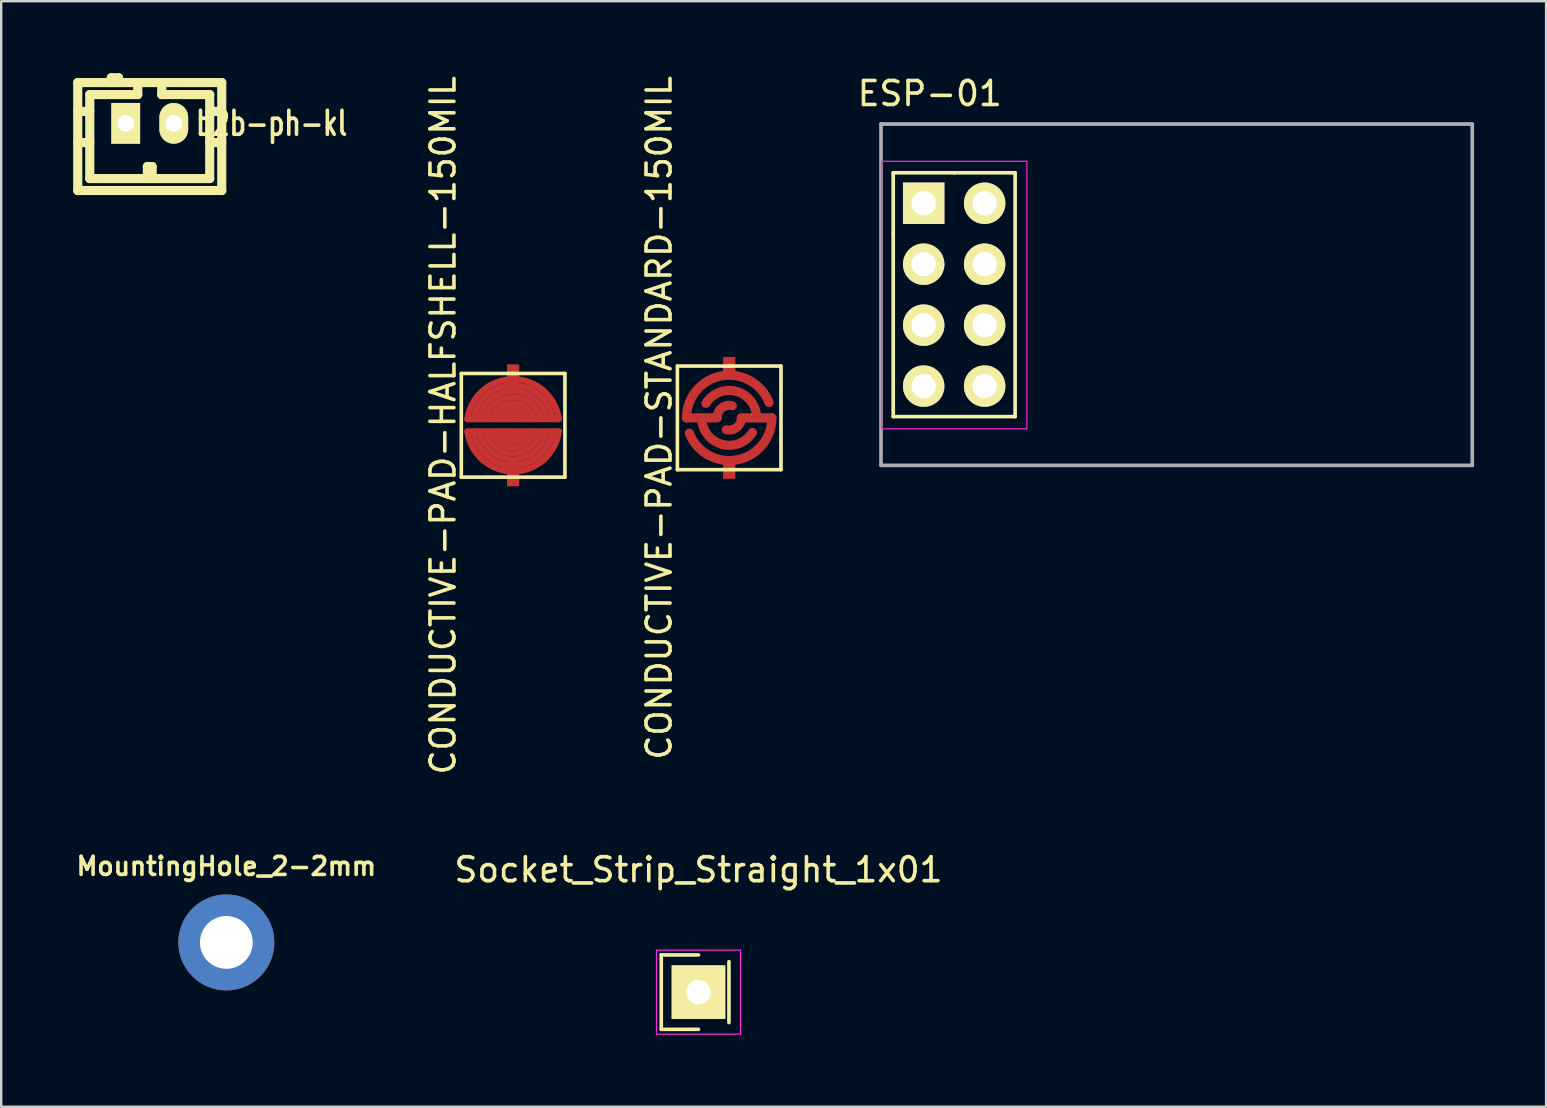
<source format=kicad_pcb>
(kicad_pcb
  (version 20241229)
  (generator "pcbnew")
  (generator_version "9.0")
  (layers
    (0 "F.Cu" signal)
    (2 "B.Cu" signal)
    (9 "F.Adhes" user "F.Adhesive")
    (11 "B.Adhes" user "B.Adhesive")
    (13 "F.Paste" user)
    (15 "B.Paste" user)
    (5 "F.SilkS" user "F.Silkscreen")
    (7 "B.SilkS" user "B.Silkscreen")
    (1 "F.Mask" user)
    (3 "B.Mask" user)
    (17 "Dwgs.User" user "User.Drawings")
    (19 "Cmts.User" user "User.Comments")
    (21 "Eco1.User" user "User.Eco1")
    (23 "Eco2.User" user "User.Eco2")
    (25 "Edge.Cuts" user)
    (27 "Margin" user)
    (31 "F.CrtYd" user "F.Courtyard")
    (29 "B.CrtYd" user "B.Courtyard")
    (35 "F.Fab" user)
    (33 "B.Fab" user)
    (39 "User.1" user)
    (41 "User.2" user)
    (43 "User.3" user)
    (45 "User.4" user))
  (footprint "MountingHole_2-2mm"
    (layer "F.Cu")
    (at 6.382 36.222)
    (property "Reference" "MountingHole_2-2mm" (at 0 -3.175 0) (layer "F.SilkS") (effects (font (size 0.75 0.75) (thickness 0.15))))
    (attr through_hole)
    (pad "" np_thru_hole circle (at 0 0) (size 4 4) (drill 2.2) (layers "*.Cu" "*.Mask")))
  (footprint "Socket_Strip_Straight_1x01"
    (layer "F.Cu")
    (at 26.056 38.293)
    (property "Reference" "Socket_Strip_Straight_1x01" (at 0 -5.1 0) (layer "F.SilkS") (effects (font (size 1 1) (thickness 0.15))))
    (attr through_hole)
    (fp_line (start -1.55 -1.55) (end -1.55 1.55) (stroke (width 0.15) (type solid)) (layer "F.SilkS"))
    (fp_line (start -1.55 -1.55) (end 0 -1.55) (stroke (width 0.15) (type solid)) (layer "F.SilkS"))
    (fp_line (start -1.55 1.55) (end 0 1.55) (stroke (width 0.15) (type solid)) (layer "F.SilkS"))
    (fp_line (start 1.27 1.27) (end 1.27 -1.27) (stroke (width 0.15) (type solid)) (layer "F.SilkS"))
    (fp_line (start -1.75 -1.75) (end -1.75 1.75) (stroke (width 0.05) (type solid)) (layer "F.CrtYd"))
    (fp_line (start -1.75 -1.75) (end 1.75 -1.75) (stroke (width 0.05) (type solid)) (layer "F.CrtYd"))
    (fp_line (start -1.75 1.75) (end 1.75 1.75) (stroke (width 0.05) (type solid)) (layer "F.CrtYd"))
    (fp_line (start 1.75 -1.75) (end 1.75 1.75) (stroke (width 0.05) (type solid)) (layer "F.CrtYd"))
    (pad "1" thru_hole rect (at 0 0) (size 2.235 2.235) (drill 1.016) (layers "*.Cu" "*.Mask" "F.SilkS")))
  (footprint "ESP-01"
    (layer "F.Cu")
    (at 35.441 5.42)
    (property "Reference" "ESP-01" (at 0.254 -4.572 0) (layer "F.SilkS") (effects (font (size 1 1) (thickness 0.15))))
    (attr through_hole)
    (fp_line (start -1.27 -1.27) (end -1.27 1.27) (stroke (width 0.152) (type solid)) (layer "F.SilkS"))
    (fp_line (start -1.27 1.27) (end -1.27 8.89) (stroke (width 0.152) (type solid)) (layer "F.SilkS"))
    (fp_line (start -1.27 8.89) (end 3.81 8.89) (stroke (width 0.152) (type solid)) (layer "F.SilkS"))
    (fp_line (start 1.27 -1.27) (end -1.27 -1.27) (stroke (width 0.152) (type solid)) (layer "F.SilkS"))
    (fp_line (start 3.81 -1.27) (end 1.27 -1.27) (stroke (width 0.152) (type solid)) (layer "F.SilkS"))
    (fp_line (start 3.81 8.89) (end 3.81 -1.27) (stroke (width 0.152) (type solid)) (layer "F.SilkS"))
    (fp_line (start -1.75 -1.75) (end -1.75 9.4) (stroke (width 0.05) (type solid)) (layer "F.CrtYd"))
    (fp_line (start -1.75 -1.75) (end 4.3 -1.75) (stroke (width 0.05) (type solid)) (layer "F.CrtYd"))
    (fp_line (start -1.75 9.4) (end 4.3 9.4) (stroke (width 0.05) (type solid)) (layer "F.CrtYd"))
    (fp_line (start 4.3 -1.75) (end 4.3 9.4) (stroke (width 0.05) (type solid)) (layer "F.CrtYd"))
    (fp_line (start -1.778 -3.302) (end 22.86 -3.302) (stroke (width 0.152) (type solid)) (layer "F.Fab"))
    (fp_line (start -1.778 10.922) (end -1.778 -3.302) (stroke (width 0.152) (type solid)) (layer "F.Fab"))
    (fp_line (start 22.86 -3.302) (end 22.86 10.922) (stroke (width 0.152) (type solid)) (layer "F.Fab"))
    (fp_line (start 22.86 10.922) (end -1.778 10.922) (stroke (width 0.152) (type solid)) (layer "F.Fab"))
    (pad "1" thru_hole rect (at 0 0) (size 1.727 1.727) (drill 1.016) (layers "*.Cu" "*.Mask" "F.SilkS"))
    (pad "2" thru_hole oval (at 2.54 0) (size 1.727 1.727) (drill 1.016) (layers "*.Cu" "*.Mask" "F.SilkS"))
    (pad "3" thru_hole oval (at 0 2.54) (size 1.727 1.727) (drill 1.016) (layers "*.Cu" "*.Mask" "F.SilkS"))
    (pad "4" thru_hole oval (at 2.54 2.54) (size 1.727 1.727) (drill 1.016) (layers "*.Cu" "*.Mask" "F.SilkS"))
    (pad "5" thru_hole oval (at 0 5.08) (size 1.727 1.727) (drill 1.016) (layers "*.Cu" "*.Mask" "F.SilkS"))
    (pad "6" thru_hole oval (at 2.54 5.08) (size 1.727 1.727) (drill 1.016) (layers "*.Cu" "*.Mask" "F.SilkS"))
    (pad "7" thru_hole oval (at 0 7.62) (size 1.727 1.727) (drill 1.016) (layers "*.Cu" "*.Mask" "F.SilkS"))
    (pad "8" thru_hole oval (at 2.54 7.62) (size 1.727 1.727) (drill 1.016) (layers "*.Cu" "*.Mask" "F.SilkS")))
  (footprint "b2b-ph-kl"
    (layer "F.Cu")
    (at 3.19 2.09)
    (property "Reference" "b2b-ph-kl" (at 5.08 0 0) (layer "F.SilkS") (effects (font (size 1 0.75) (thickness 0.15))))
    (attr through_hole)
    (fp_line (start -3 -1.699) (end -3 2.799) (stroke (width 0.381) (type solid)) (layer "F.SilkS"))
    (fp_line (start -3 2.799) (end 3 2.799) (stroke (width 0.381) (type solid)) (layer "F.SilkS"))
    (fp_line (start -2.499 -1.199) (end -2.499 2.301) (stroke (width 0.381) (type solid)) (layer "F.SilkS"))
    (fp_line (start -2.499 -0.5) (end -3 -0.5) (stroke (width 0.381) (type solid)) (layer "F.SilkS"))
    (fp_line (start -2.499 0.8) (end -3 0.8) (stroke (width 0.381) (type solid)) (layer "F.SilkS"))
    (fp_line (start -2.499 2.301) (end 2.499 2.301) (stroke (width 0.381) (type solid)) (layer "F.SilkS"))
    (fp_line (start -1.6 -1.9) (end -1.6 -1.699) (stroke (width 0.381) (type solid)) (layer "F.SilkS"))
    (fp_line (start -1.3 -1.9) (end -1.6 -1.9) (stroke (width 0.381) (type solid)) (layer "F.SilkS"))
    (fp_line (start -1.3 -1.699) (end -1.3 -1.9) (stroke (width 0.381) (type solid)) (layer "F.SilkS"))
    (fp_line (start -0.5 -1.699) (end -0.5 -1.199) (stroke (width 0.381) (type solid)) (layer "F.SilkS"))
    (fp_line (start -0.5 -1.199) (end -2.499 -1.199) (stroke (width 0.381) (type solid)) (layer "F.SilkS"))
    (fp_line (start -0.099 1.801) (end 0.099 1.801) (stroke (width 0.381) (type solid)) (layer "F.SilkS"))
    (fp_line (start -0.099 2.301) (end -0.099 1.801) (stroke (width 0.381) (type solid)) (layer "F.SilkS"))
    (fp_line (start 0.099 1.801) (end 0.099 2.301) (stroke (width 0.381) (type solid)) (layer "F.SilkS"))
    (fp_line (start 0.5 -1.199) (end 0.5 -1.699) (stroke (width 0.381) (type solid)) (layer "F.SilkS"))
    (fp_line (start 2.499 -1.199) (end 0.5 -1.199) (stroke (width 0.381) (type solid)) (layer "F.SilkS"))
    (fp_line (start 2.499 0.8) (end 3 0.8) (stroke (width 0.381) (type solid)) (layer "F.SilkS"))
    (fp_line (start 2.499 2.301) (end 2.499 -1.199) (stroke (width 0.381) (type solid)) (layer "F.SilkS"))
    (fp_line (start 3 -1.699) (end -3 -1.699) (stroke (width 0.381) (type solid)) (layer "F.SilkS"))
    (fp_line (start 3 -1.699) (end 3 2.799) (stroke (width 0.381) (type solid)) (layer "F.SilkS"))
    (fp_line (start 3 -0.5) (end 2.499 -0.5) (stroke (width 0.381) (type solid)) (layer "F.SilkS"))
    (pad "1" thru_hole rect (at -1.001 0) (size 1.199 1.699) (drill 0.701) (layers "*.Cu" "*.Mask" "F.SilkS"))
    (pad "2" thru_hole oval (at 1.001 0) (size 1.199 1.699) (drill 0.701) (layers "*.Cu" "*.Mask" "F.SilkS")))
  (footprint "CONDUCTIVE-PAD-STANDARD-150MIL"
    (layer "F.Cu")
    (at 27.336 14.363)
    (property "Reference" "CONDUCTIVE-PAD-STANDARD-150MIL" (at -2.921 0 90) (layer "F.SilkS") (effects (font (size 1 1) (thickness 0.15))))
    (attr through_hole)
    (fp_line (start -1.778 0) (end -0.508 0) (stroke (width 0.381) (type solid)) (layer "F.Cu"))
    (fp_line (start 1.778 0) (end 0.508 0) (stroke (width 0.381) (type solid)) (layer "F.Cu"))
    (fp_arc (start -1.778 0) (mid -0.324587 -1.748121) (end 1.659489 -0.638264) (stroke (width 0.381) (type solid)) (layer "F.Cu"))
    (fp_arc (start -0.96826 -0.607389) (mid 0.316012 -1.098447) (end 1.143 0) (stroke (width 0.381) (type solid)) (layer "F.Cu"))
    (fp_arc (start -0.503896 -0.01509) (mid -0.308652 -0.415399) (end 0.127 -0.508) (stroke (width 0.381) (type solid)) (layer "F.Cu"))
    (fp_arc (start 0.508 0) (mid 0.312756 0.400309) (end -0.122896 0.49291) (stroke (width 0.381) (type solid)) (layer "F.Cu"))
    (fp_arc (start 0.96826 0.607389) (mid -0.316012 1.098447) (end -1.143 0) (stroke (width 0.381) (type solid)) (layer "F.Cu"))
    (fp_arc (start 1.778 0) (mid 0.324587 1.748121) (end -1.659489 0.638264) (stroke (width 0.381) (type solid)) (layer "F.Cu"))
    (fp_line (start -2.159 -2.159) (end 0 -2.159) (stroke (width 0.15) (type solid)) (layer "F.SilkS"))
    (fp_line (start -2.159 2.159) (end -2.159 -2.159) (stroke (width 0.15) (type solid)) (layer "F.SilkS"))
    (fp_line (start 0 -2.159) (end 2.159 -2.159) (stroke (width 0.15) (type solid)) (layer "F.SilkS"))
    (fp_line (start 2.159 -2.159) (end 2.159 2.159) (stroke (width 0.15) (type solid)) (layer "F.SilkS"))
    (fp_line (start 2.159 2.159) (end -2.159 2.159) (stroke (width 0.15) (type solid)) (layer "F.SilkS"))
    (pad "" smd circle (at 0 0) (size 3.81 3.81) (layers "F.Mask"))
    (pad "1" smd rect (at 0 -2.159) (size 0.508 0.762) (layers "F.Cu" "F.Mask" "F.Paste"))
    (pad "2" smd rect (at 0 2.159) (size 0.508 0.762) (layers "F.Cu" "F.Mask" "F.Paste")))
  (footprint "CONDUCTIVE-PAD-HALFSHELL-150MIL"
    (layer "F.Cu")
    (at 18.332 14.673)
    (property "Reference" "CONDUCTIVE-PAD-HALFSHELL-150MIL" (at -2.921 0 90) (layer "F.SilkS") (effects (font (size 1 1) (thickness 0.15))))
    (attr through_hole)
    (fp_line (start -1.905 -0.254) (end 1.905 -0.254) (stroke (width 0.254) (type solid)) (layer "F.Cu"))
    (fp_line (start 1.905 0.254) (end -1.905 0.254) (stroke (width 0.254) (type solid)) (layer "F.Cu"))
    (fp_arc (start -1.905 -0.254) (mid -0.00018 -1.921859) (end 1.904952 -0.254356) (stroke (width 0.254) (type solid)) (layer "F.Cu"))
    (fp_arc (start -1.651 -0.254) (mid -0.000112 -1.670424) (end 1.650966 -0.254221) (stroke (width 0.254) (type solid)) (layer "F.Cu"))
    (fp_arc (start -1.397 -0.254) (mid -0.001119 -1.419903) (end 1.396598 -0.256202) (stroke (width 0.254) (type solid)) (layer "F.Cu"))
    (fp_arc (start -1.143 -0.254) (mid -0.000433 -1.170882) (end 1.142812 -0.254845) (stroke (width 0.254) (type solid)) (layer "F.Cu"))
    (fp_arc (start -0.889 -0.254) (mid -0.000074 -0.924574) (end 0.888959 -0.254143) (stroke (width 0.254) (type solid)) (layer "F.Cu"))
    (fp_arc (start -0.635 -0.254) (mid -0.00058 -0.683916) (end 0.634568 -0.255077) (stroke (width 0.254) (type solid)) (layer "F.Cu"))
    (fp_arc (start -0.381 -0.254) (mid -0.000079 -0.457905) (end 0.380912 -0.254132) (stroke (width 0.254) (type solid)) (layer "F.Cu"))
    (fp_arc (start -0.127 -0.254) (mid -0.000074 -0.283981) (end 0.126867 -0.254067) (stroke (width 0.254) (type solid)) (layer "F.Cu"))
    (fp_arc (start 0.127 0.254) (mid 0.000074 0.283981) (end -0.126867 0.254067) (stroke (width 0.254) (type solid)) (layer "F.Cu"))
    (fp_arc (start 0.381 0.254) (mid 0.000079 0.457905) (end -0.380912 0.254132) (stroke (width 0.254) (type solid)) (layer "F.Cu"))
    (fp_arc (start 0.635 0.254) (mid 0.00058 0.683916) (end -0.634568 0.255077) (stroke (width 0.254) (type solid)) (layer "F.Cu"))
    (fp_arc (start 0.889 0.254) (mid 0.000074 0.924574) (end -0.888959 0.254143) (stroke (width 0.254) (type solid)) (layer "F.Cu"))
    (fp_arc (start 1.143 0.254) (mid 0.000433 1.170882) (end -1.142812 0.254845) (stroke (width 0.254) (type solid)) (layer "F.Cu"))
    (fp_arc (start 1.397 0.254) (mid 0.001119 1.419903) (end -1.396598 0.256202) (stroke (width 0.254) (type solid)) (layer "F.Cu"))
    (fp_arc (start 1.651 0.254) (mid 0.000112 1.670424) (end -1.650966 0.254221) (stroke (width 0.254) (type solid)) (layer "F.Cu"))
    (fp_arc (start 1.905 0.254) (mid 0.00018 1.921859) (end -1.904952 0.254356) (stroke (width 0.254) (type solid)) (layer "F.Cu"))
    (fp_line (start -2.159 -2.159) (end 0 -2.159) (stroke (width 0.15) (type solid)) (layer "F.SilkS"))
    (fp_line (start -2.159 2.159) (end -2.159 -2.159) (stroke (width 0.15) (type solid)) (layer "F.SilkS"))
    (fp_line (start 0 -2.159) (end 2.159 -2.159) (stroke (width 0.15) (type solid)) (layer "F.SilkS"))
    (fp_line (start 2.159 -2.159) (end 2.159 2.159) (stroke (width 0.15) (type solid)) (layer "F.SilkS"))
    (fp_line (start 2.159 2.159) (end -2.159 2.159) (stroke (width 0.15) (type solid)) (layer "F.SilkS"))
    (pad "" smd circle (at 0 0) (size 3.81 3.81) (layers "F.Mask"))
    (pad "1" smd rect (at 0 -2.032) (size 0.508 1.016) (layers "F.Cu" "F.Mask" "F.Paste"))
    (pad "2" smd rect (at 0 2.032) (size 0.508 1.016) (layers "F.Cu" "F.Mask" "F.Paste")))
  (gr_rect
    (start -3 -3)
    (end 61.377 43.068)
    (stroke (width 0.1) (type default))
    (fill no)
    (layer "Edge.Cuts")))
</source>
